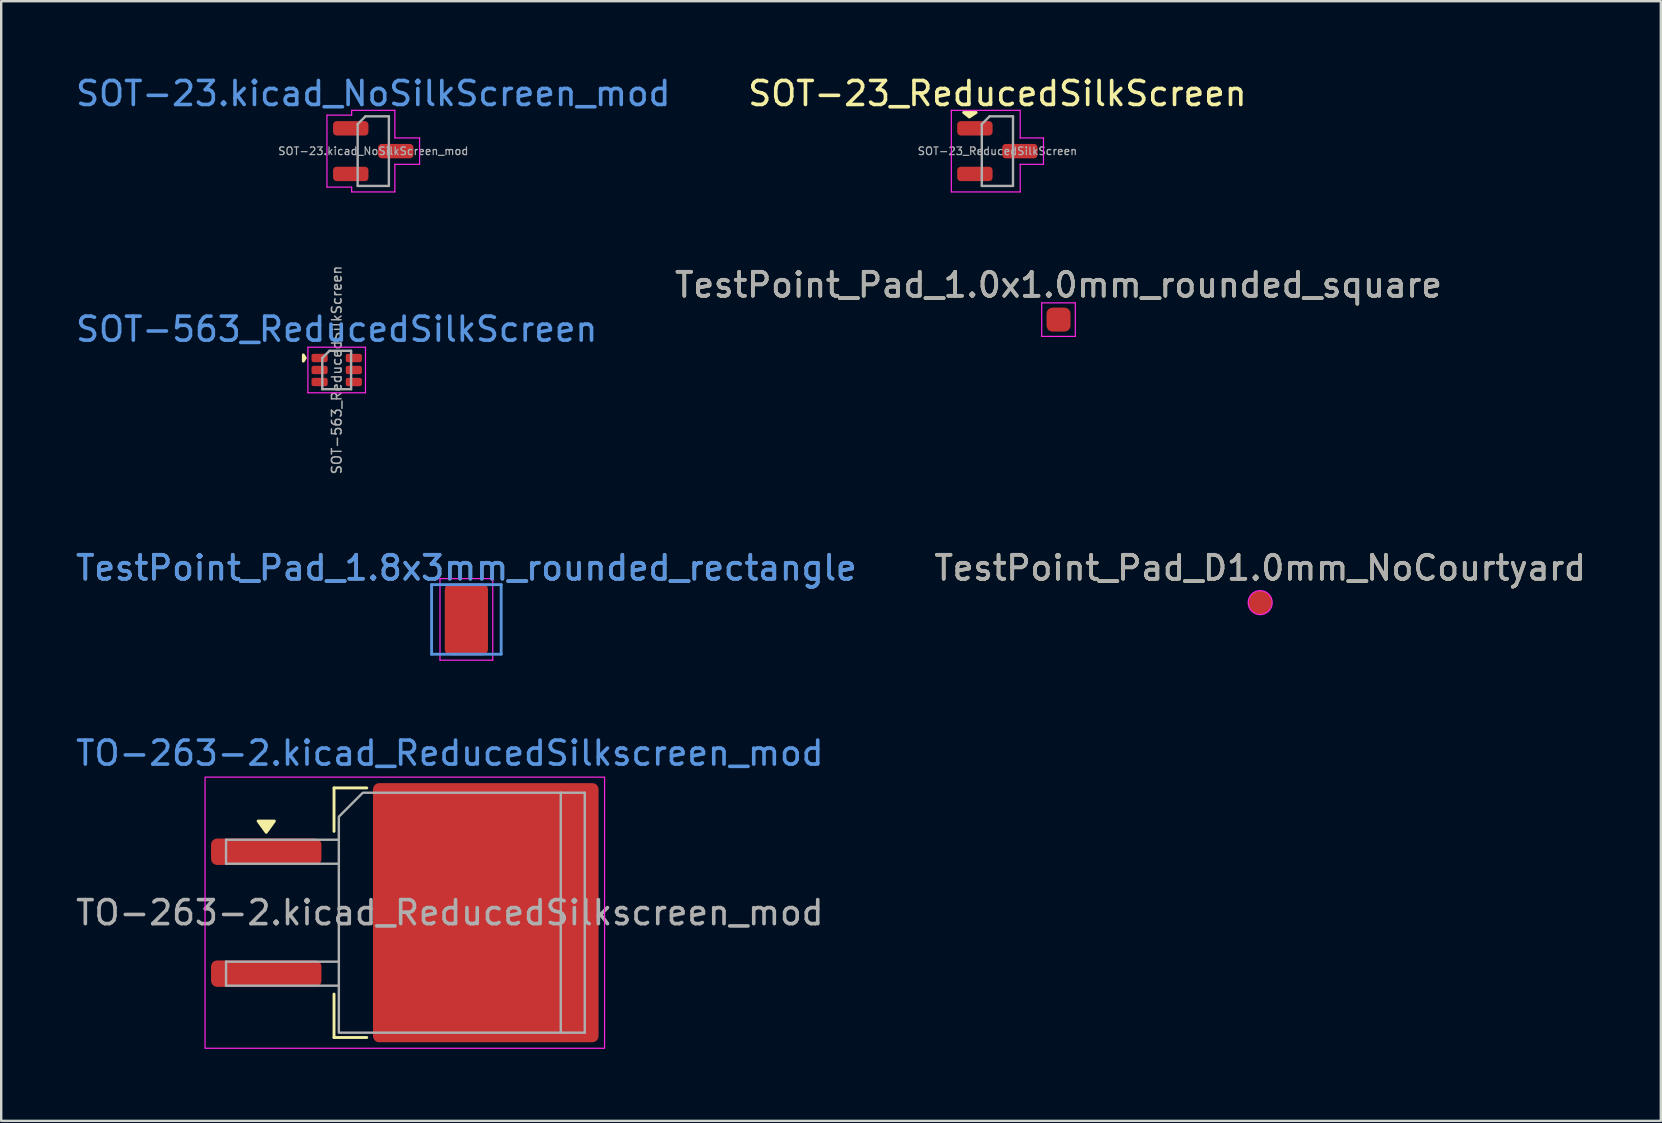
<source format=kicad_pcb>
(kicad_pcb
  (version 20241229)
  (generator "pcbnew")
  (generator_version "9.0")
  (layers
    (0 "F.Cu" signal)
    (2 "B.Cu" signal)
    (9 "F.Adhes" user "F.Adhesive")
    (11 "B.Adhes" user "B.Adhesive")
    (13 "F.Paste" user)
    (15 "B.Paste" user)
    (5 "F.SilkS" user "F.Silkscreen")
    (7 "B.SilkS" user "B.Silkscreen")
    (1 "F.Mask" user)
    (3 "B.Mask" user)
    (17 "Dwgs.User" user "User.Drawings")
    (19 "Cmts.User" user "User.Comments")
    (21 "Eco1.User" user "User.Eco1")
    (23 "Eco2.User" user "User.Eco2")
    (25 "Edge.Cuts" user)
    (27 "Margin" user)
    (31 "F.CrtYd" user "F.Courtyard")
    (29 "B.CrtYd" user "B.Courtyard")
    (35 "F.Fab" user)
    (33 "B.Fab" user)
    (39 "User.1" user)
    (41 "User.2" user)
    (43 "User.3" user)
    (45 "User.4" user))
  (footprint "TO-263-2.kicad_ReducedSilkscreen_mod"
    (layer "F.Cu")
    (at 15.696 34.988)
    (property "Reference" "TO-263-2.kicad_ReducedSilkscreen_mod" (at 0 -6.65 0) (layer "Cmts.User") (effects (font (size 1 1) (thickness 0.15))))
    (attr smd)
    (fp_line (start -4.825 -5.2) (end -4.825 -3.39) (stroke (width 0.12) (type solid)) (layer "F.SilkS"))
    (fp_line (start -4.825 5.2) (end -4.825 3.39) (stroke (width 0.12) (type solid)) (layer "F.SilkS"))
    (fp_line (start -3.46 -5.2) (end -4.825 -5.2) (stroke (width 0.12) (type solid)) (layer "F.SilkS"))
    (fp_line (start -3.46 5.2) (end -4.825 5.2) (stroke (width 0.12) (type solid)) (layer "F.SilkS"))
    (fp_poly (pts (xy -7.65 -3.35) (xy -7.99 -3.82) (xy -7.31 -3.82)) (stroke (width 0.12) (type solid)) (fill yes) (layer "F.SilkS"))
    (fp_rect (start -10.2 -5.65) (end 6.45 5.65) (stroke (width 0.05) (type solid)) (fill no) (layer "F.CrtYd"))
    (fp_line (start -9.325 -3.04) (end -9.325 -2.04) (stroke (width 0.1) (type solid)) (layer "F.Fab"))
    (fp_line (start -9.325 -2.04) (end -4.625 -2.04) (stroke (width 0.1) (type solid)) (layer "F.Fab"))
    (fp_line (start -9.325 2.04) (end -9.325 3.04) (stroke (width 0.1) (type solid)) (layer "F.Fab"))
    (fp_line (start -9.325 3.04) (end -4.625 3.04) (stroke (width 0.1) (type solid)) (layer "F.Fab"))
    (fp_line (start -4.625 -3.04) (end -9.325 -3.04) (stroke (width 0.1) (type solid)) (layer "F.Fab"))
    (fp_line (start -4.625 2.04) (end -9.325 2.04) (stroke (width 0.1) (type solid)) (layer "F.Fab"))
    (fp_line (start 4.625 -5) (end 5.625 -5) (stroke (width 0.1) (type solid)) (layer "F.Fab"))
    (fp_line (start 5.625 -5) (end 5.625 5) (stroke (width 0.1) (type solid)) (layer "F.Fab"))
    (fp_line (start 5.625 5) (end 4.625 5) (stroke (width 0.1) (type solid)) (layer "F.Fab"))
    (fp_poly (pts (xy 4.625 -5) (xy 4.625 5) (xy -4.625 5) (xy -4.625 -4) (xy -3.625 -5)) (stroke (width 0.1) (type solid)) (fill no) (layer "F.Fab"))
    (fp_text user "${REFERENCE}" (at 0 0 0) (layer "F.Fab") (effects (font (size 1 1) (thickness 0.15))))
    (pad "" smd roundrect (at -0.925 -2.775) (size 4.55 5.25) (layers "F.Paste") (roundrect_rratio 0.055))
    (pad "" smd roundrect (at -0.925 2.775) (size 4.55 5.25) (layers "F.Paste") (roundrect_rratio 0.055))
    (pad "" smd roundrect (at 3.925 -2.775) (size 4.55 5.25) (layers "F.Paste") (roundrect_rratio 0.055))
    (pad "" smd roundrect (at 3.925 2.775) (size 4.55 5.25) (layers "F.Paste") (roundrect_rratio 0.055))
    (pad "1" smd roundrect (at -7.65 -2.54) (size 4.6 1.1) (layers "F.Cu" "F.Mask" "F.Paste") (roundrect_rratio 0.227))
    (pad "2" smd roundrect (at 1.5 0) (size 9.4 10.8) (layers "F.Cu" "F.Mask") (roundrect_rratio 0.027))
    (pad "3" smd roundrect (at -7.65 2.54) (size 4.6 1.1) (layers "F.Cu" "F.Mask" "F.Paste") (roundrect_rratio 0.227)))
  (footprint "TestPoint_Pad_D1.0mm_NoCourtyard"
    (layer "F.Cu")
    (at 49.47 22.065)
    (property "Reference" "TestPoint_Pad_D1.0mm_NoCourtyard" (at 0 -1.448 0) (layer "F.SilkS") (effects (font (size 1 1) (thickness 0.15))))
    (attr exclude_from_pos_files)
    (fp_circle (center 0 0) (end 0.5 0) (stroke (width 0.05) (type solid)) (fill no) (layer "F.CrtYd"))
    (fp_text user "${REFERENCE}" (at 0 -1.45 0) (layer "F.Fab") (effects (font (size 1 1) (thickness 0.15))))
    (pad "1" smd circle (at 0 0) (size 1 1) (layers "F.Cu" "F.Mask")))
  (footprint "TestPoint_Pad_1.8x3mm_rounded_rectangle"
    (layer "F.Cu")
    (at 16.387 22.765)
    (property "Reference" "TestPoint_Pad_1.8x3mm_rounded_rectangle" (at 0 -2.148 0) (layer "Cmts.User") (effects (font (size 1 1) (thickness 0.15))))
    (attr exclude_from_pos_files)
    (fp_line (start -1.45 -1.45) (end 1.45 -1.45) (stroke (width 0.12) (type solid)) (layer "Cmts.User"))
    (fp_line (start -1.45 1.45) (end -1.45 -1.45) (stroke (width 0.12) (type solid)) (layer "Cmts.User"))
    (fp_line (start 1.45 -1.45) (end 1.45 1.45) (stroke (width 0.12) (type solid)) (layer "Cmts.User"))
    (fp_line (start 1.45 1.45) (end -1.45 1.45) (stroke (width 0.12) (type solid)) (layer "Cmts.User"))
    (fp_line (start -1.1 -1.7) (end -1.1 1.7) (stroke (width 0.05) (type solid)) (layer "F.CrtYd"))
    (fp_line (start -1.1 -1.7) (end 1.1 -1.7) (stroke (width 0.05) (type solid)) (layer "F.CrtYd"))
    (fp_line (start 1.1 1.7) (end -1.1 1.7) (stroke (width 0.05) (type solid)) (layer "F.CrtYd"))
    (fp_line (start 1.1 1.7) (end 1.1 -1.7) (stroke (width 0.05) (type solid)) (layer "F.CrtYd"))
    (fp_text user "${REFERENCE}" (at 0 -2.15 0) (layer "F.Fab") (effects (font (size 1 1) (thickness 0.15))))
    (pad "1" smd roundrect (at 0 0) (size 1.8 3) (layers "F.Cu" "F.Mask") (roundrect_rratio 0.139)))
  (footprint "TestPoint_Pad_1.0x1.0mm_rounded_square"
    (layer "F.Cu")
    (at 41.065 10.271)
    (property "Reference" "TestPoint_Pad_1.0x1.0mm_rounded_square" (at 0 -1.448 0) (layer "F.SilkS") (effects (font (size 1 1) (thickness 0.15))))
    (attr exclude_from_pos_files)
    (fp_line (start -0.7 -0.7) (end -0.7 0.7) (stroke (width 0.05) (type solid)) (layer "F.CrtYd"))
    (fp_line (start -0.7 -0.7) (end 0.7 -0.7) (stroke (width 0.05) (type solid)) (layer "F.CrtYd"))
    (fp_line (start 0.7 0.7) (end -0.7 0.7) (stroke (width 0.05) (type solid)) (layer "F.CrtYd"))
    (fp_line (start 0.7 0.7) (end 0.7 -0.7) (stroke (width 0.05) (type solid)) (layer "F.CrtYd"))
    (fp_text user "${REFERENCE}" (at 0 -1.45 0) (layer "F.Fab") (effects (font (size 1 1) (thickness 0.15))))
    (pad "1" smd roundrect (at 0 0) (size 1 1) (layers "F.Cu" "F.Mask") (roundrect_rratio 0.25)))
  (footprint "SOT-23_ReducedSilkScreen"
    (layer "F.Cu")
    (at 38.518 3.248)
    (property "Reference" "SOT-23_ReducedSilkScreen" (at 0 -2.4 0) (layer "F.SilkS") (effects (font (size 1 1) (thickness 0.15))))
    (attr smd)
    (fp_poly (pts (xy -1.17 -1.42) (xy -1.407 -1.61) (xy -0.887 -1.61) (xy -1.17 -1.42)) (stroke (width 0.12) (type solid)) (fill yes) (layer "F.SilkS"))
    (fp_line (start -1.92 -1.7) (end -1.92 1.7) (stroke (width 0.05) (type solid)) (layer "F.CrtYd"))
    (fp_line (start -1.92 1.7) (end 0.95 1.7) (stroke (width 0.05) (type solid)) (layer "F.CrtYd"))
    (fp_line (start 0.95 -1.7) (end -1.92 -1.7) (stroke (width 0.05) (type solid)) (layer "F.CrtYd"))
    (fp_line (start 0.95 -0.55) (end 0.95 -1.7) (stroke (width 0.05) (type default)) (layer "F.CrtYd"))
    (fp_line (start 0.95 -0.55) (end 1.92 -0.55) (stroke (width 0.05) (type default)) (layer "F.CrtYd"))
    (fp_line (start 0.95 0.55) (end 1.92 0.55) (stroke (width 0.05) (type default)) (layer "F.CrtYd"))
    (fp_line (start 0.95 1.7) (end 0.95 0.55) (stroke (width 0.05) (type default)) (layer "F.CrtYd"))
    (fp_line (start 1.92 0.55) (end 1.92 -0.55) (stroke (width 0.05) (type solid)) (layer "F.CrtYd"))
    (fp_line (start -0.65 -1.125) (end -0.325 -1.45) (stroke (width 0.1) (type solid)) (layer "F.Fab"))
    (fp_line (start -0.65 1.45) (end -0.65 -1.125) (stroke (width 0.1) (type solid)) (layer "F.Fab"))
    (fp_line (start -0.325 -1.45) (end 0.65 -1.45) (stroke (width 0.1) (type solid)) (layer "F.Fab"))
    (fp_line (start 0.65 -1.45) (end 0.65 1.45) (stroke (width 0.1) (type solid)) (layer "F.Fab"))
    (fp_line (start 0.65 1.45) (end -0.65 1.45) (stroke (width 0.1) (type solid)) (layer "F.Fab"))
    (fp_text user "${REFERENCE}" (at 0 0 0) (layer "F.Fab") (effects (font (size 0.32 0.32) (thickness 0.05))))
    (pad "1" smd roundrect (at -0.938 -0.95) (size 1.475 0.6) (layers "F.Cu" "F.Mask" "F.Paste") (roundrect_rratio 0.25))
    (pad "2" smd roundrect (at -0.938 0.95) (size 1.475 0.6) (layers "F.Cu" "F.Mask" "F.Paste") (roundrect_rratio 0.25))
    (pad "3" smd roundrect (at 0.938 0) (size 1.475 0.6) (layers "F.Cu" "F.Mask" "F.Paste") (roundrect_rratio 0.25)))
  (footprint "SOT-23.kicad_NoSilkScreen_mod"
    (layer "F.Cu")
    (at 12.506 3.248)
    (property "Reference" "SOT-23.kicad_NoSilkScreen_mod" (at 0 -2.4 0) (layer "Cmts.User") (effects (font (size 1 1) (thickness 0.15))))
    (attr smd)
    (fp_line (start -1.93 -1.5) (end -0.9 -1.5) (stroke (width 0.05) (type solid)) (layer "F.CrtYd"))
    (fp_line (start -1.93 1.5) (end -1.93 -1.5) (stroke (width 0.05) (type solid)) (layer "F.CrtYd"))
    (fp_line (start -0.9 -1.7) (end 0.9 -1.7) (stroke (width 0.05) (type solid)) (layer "F.CrtYd"))
    (fp_line (start -0.9 -1.5) (end -0.9 -1.7) (stroke (width 0.05) (type solid)) (layer "F.CrtYd"))
    (fp_line (start -0.9 1.5) (end -1.93 1.5) (stroke (width 0.05) (type solid)) (layer "F.CrtYd"))
    (fp_line (start -0.9 1.7) (end -0.9 1.5) (stroke (width 0.05) (type solid)) (layer "F.CrtYd"))
    (fp_line (start 0.9 -1.7) (end 0.9 -0.55) (stroke (width 0.05) (type solid)) (layer "F.CrtYd"))
    (fp_line (start 0.9 -0.55) (end 1.93 -0.55) (stroke (width 0.05) (type solid)) (layer "F.CrtYd"))
    (fp_line (start 0.9 0.55) (end 0.9 1.7) (stroke (width 0.05) (type solid)) (layer "F.CrtYd"))
    (fp_line (start 0.9 1.7) (end -0.9 1.7) (stroke (width 0.05) (type solid)) (layer "F.CrtYd"))
    (fp_line (start 1.93 -0.55) (end 1.93 0.55) (stroke (width 0.05) (type solid)) (layer "F.CrtYd"))
    (fp_line (start 1.93 0.55) (end 0.9 0.55) (stroke (width 0.05) (type solid)) (layer "F.CrtYd"))
    (fp_line (start -0.65 -1.125) (end -0.325 -1.45) (stroke (width 0.1) (type solid)) (layer "F.Fab"))
    (fp_line (start -0.65 1.45) (end -0.65 -1.125) (stroke (width 0.1) (type solid)) (layer "F.Fab"))
    (fp_line (start -0.325 -1.45) (end 0.65 -1.45) (stroke (width 0.1) (type solid)) (layer "F.Fab"))
    (fp_line (start 0.65 -1.45) (end 0.65 1.45) (stroke (width 0.1) (type solid)) (layer "F.Fab"))
    (fp_line (start 0.65 1.45) (end -0.65 1.45) (stroke (width 0.1) (type solid)) (layer "F.Fab"))
    (fp_text user "${REFERENCE}" (at 0 0 0) (layer "F.Fab") (effects (font (size 0.32 0.32) (thickness 0.05))))
    (pad "1" smd roundrect (at -0.938 -0.95) (size 1.475 0.6) (layers "F.Cu" "F.Mask" "F.Paste") (roundrect_rratio 0.25))
    (pad "2" smd roundrect (at -0.938 0.95) (size 1.475 0.6) (layers "F.Cu" "F.Mask" "F.Paste") (roundrect_rratio 0.25))
    (pad "3" smd roundrect (at 0.938 0) (size 1.475 0.6) (layers "F.Cu" "F.Mask" "F.Paste") (roundrect_rratio 0.25)))
  (footprint "SOT-563_ReducedSilkScreen"
    (layer "F.Cu")
    (at 10.982 12.37)
    (property "Reference" "SOT-563_ReducedSilkScreen" (at 0 -1.7 180) (layer "Cmts.User") (effects (font (size 1 1) (thickness 0.15))))
    (attr smd)
    (fp_poly (pts (xy -1.31 -0.5) (xy -1.39 -0.63) (xy -1.39 -0.37) (xy -1.31 -0.5)) (stroke (width 0.12) (type solid)) (fill yes) (layer "F.SilkS"))
    (fp_line (start -1.2 -0.95) (end -1.2 0.95) (stroke (width 0.05) (type solid)) (layer "F.CrtYd"))
    (fp_line (start -1.2 0.95) (end 1.2 0.95) (stroke (width 0.05) (type solid)) (layer "F.CrtYd"))
    (fp_line (start 1.2 -0.95) (end -1.2 -0.95) (stroke (width 0.05) (type solid)) (layer "F.CrtYd"))
    (fp_line (start 1.2 0.95) (end 1.2 -0.95) (stroke (width 0.05) (type solid)) (layer "F.CrtYd"))
    (fp_line (start -0.6 -0.5) (end -0.3 -0.8) (stroke (width 0.1) (type solid)) (layer "F.Fab"))
    (fp_line (start -0.6 0.8) (end -0.6 -0.5) (stroke (width 0.1) (type solid)) (layer "F.Fab"))
    (fp_line (start -0.3 -0.8) (end 0.6 -0.8) (stroke (width 0.1) (type solid)) (layer "F.Fab"))
    (fp_line (start 0.6 -0.8) (end 0.6 0.8) (stroke (width 0.1) (type solid)) (layer "F.Fab"))
    (fp_line (start 0.6 0.8) (end -0.6 0.8) (stroke (width 0.1) (type solid)) (layer "F.Fab"))
    (fp_text user "${REFERENCE}" (at 0 0 90) (layer "F.Fab") (effects (font (size 0.4 0.4) (thickness 0.062))))
    (pad "1" smd roundrect (at -0.713 -0.5) (size 0.675 0.35) (layers "F.Cu" "F.Mask" "F.Paste") (roundrect_rratio 0.25))
    (pad "2" smd roundrect (at -0.713 0) (size 0.675 0.35) (layers "F.Cu" "F.Mask" "F.Paste") (roundrect_rratio 0.25))
    (pad "3" smd roundrect (at -0.713 0.5) (size 0.675 0.35) (layers "F.Cu" "F.Mask" "F.Paste") (roundrect_rratio 0.25))
    (pad "4" smd roundrect (at 0.713 0.5) (size 0.675 0.35) (layers "F.Cu" "F.Mask" "F.Paste") (roundrect_rratio 0.25))
    (pad "5" smd roundrect (at 0.713 0) (size 0.675 0.35) (layers "F.Cu" "F.Mask" "F.Paste") (roundrect_rratio 0.25))
    (pad "6" smd roundrect (at 0.713 -0.5) (size 0.675 0.35) (layers "F.Cu" "F.Mask" "F.Paste") (roundrect_rratio 0.25)))
  (gr_rect
    (start -3 -3)
    (end 66.167 43.663)
    (stroke (width 0.1) (type default))
    (fill no)
    (layer "Edge.Cuts")))
</source>
